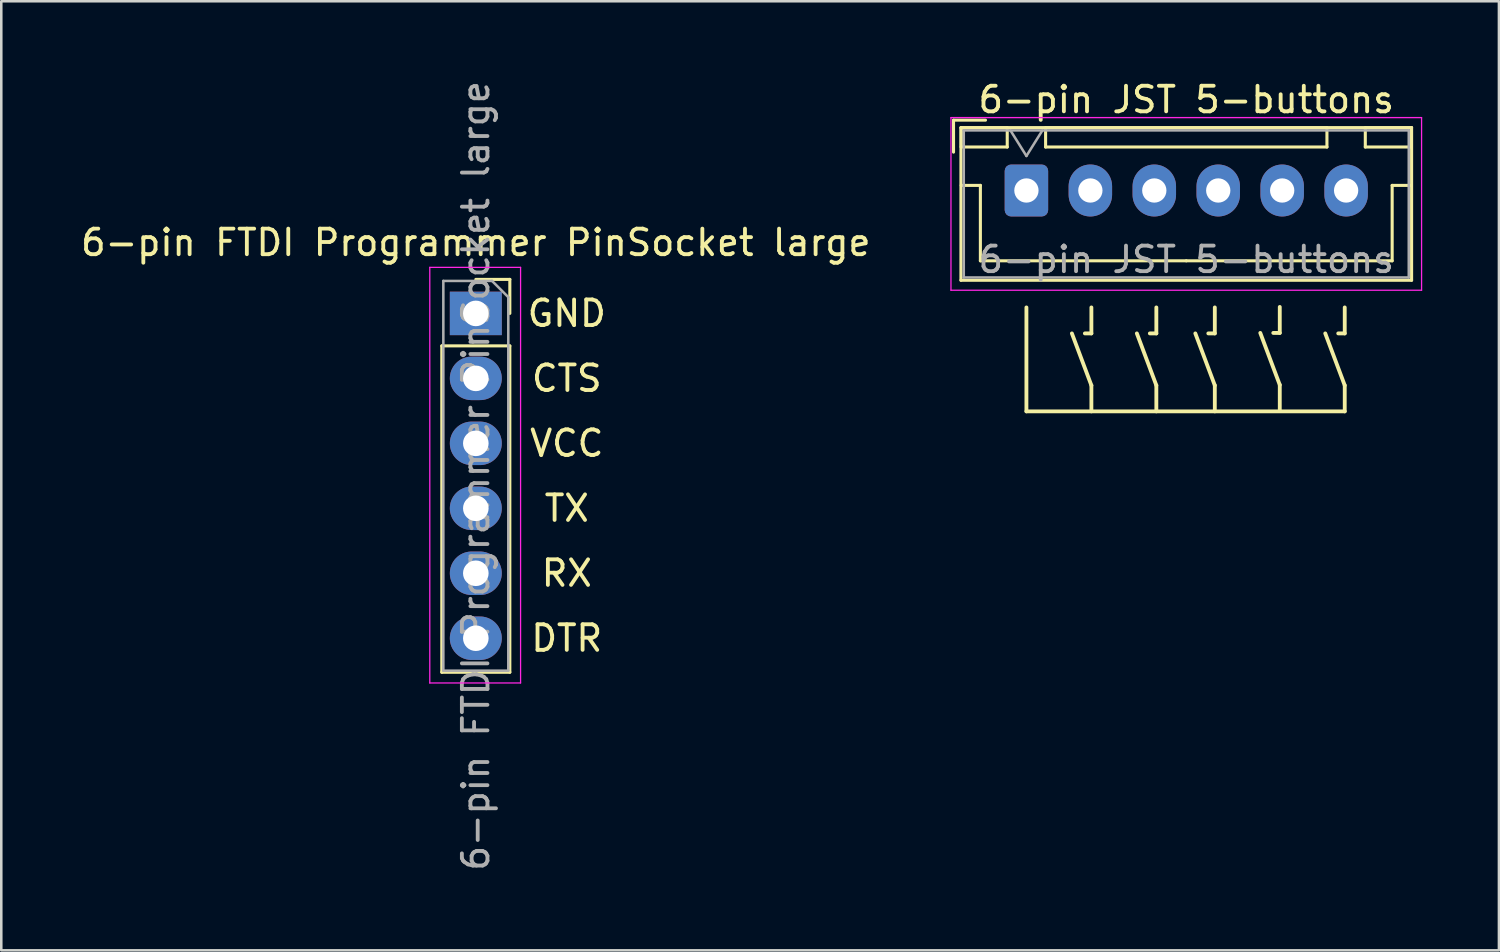
<source format=kicad_pcb>
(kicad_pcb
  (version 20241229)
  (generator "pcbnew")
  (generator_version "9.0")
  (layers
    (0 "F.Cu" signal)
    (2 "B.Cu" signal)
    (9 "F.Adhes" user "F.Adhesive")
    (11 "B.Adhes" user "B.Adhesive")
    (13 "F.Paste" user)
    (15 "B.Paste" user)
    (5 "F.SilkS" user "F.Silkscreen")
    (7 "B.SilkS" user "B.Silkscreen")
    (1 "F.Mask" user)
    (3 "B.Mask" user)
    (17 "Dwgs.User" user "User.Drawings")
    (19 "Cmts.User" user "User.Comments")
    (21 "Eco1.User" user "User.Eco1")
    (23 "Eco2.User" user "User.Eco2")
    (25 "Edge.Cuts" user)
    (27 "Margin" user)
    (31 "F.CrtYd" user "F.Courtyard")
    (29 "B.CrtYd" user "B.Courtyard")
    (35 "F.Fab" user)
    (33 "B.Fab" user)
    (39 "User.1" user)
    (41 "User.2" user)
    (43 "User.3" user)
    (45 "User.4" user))
  (footprint "6-pin JST 5-buttons"
    (layer "F.Cu")
    (at 37.082 4.398)
    (property "Reference" "6-pin JST 5-buttons" (at 6.25 -3.55 0) (layer "F.SilkS") (effects (font (size 1 1) (thickness 0.15))))
    (attr through_hole)
    (fp_line (start -2.85 -2.75) (end -2.85 -1.5) (stroke (width 0.12) (type solid)) (layer "F.SilkS"))
    (fp_line (start -2.56 -2.46) (end -2.56 3.51) (stroke (width 0.12) (type solid)) (layer "F.SilkS"))
    (fp_line (start -2.56 3.51) (end 15.06 3.51) (stroke (width 0.12) (type solid)) (layer "F.SilkS"))
    (fp_line (start -2.55 -2.45) (end -2.55 -1.7) (stroke (width 0.12) (type solid)) (layer "F.SilkS"))
    (fp_line (start -2.55 -1.7) (end -0.75 -1.7) (stroke (width 0.12) (type solid)) (layer "F.SilkS"))
    (fp_line (start -2.55 -0.2) (end -1.8 -0.2) (stroke (width 0.12) (type solid)) (layer "F.SilkS"))
    (fp_line (start -1.8 -0.2) (end -1.8 2.75) (stroke (width 0.12) (type solid)) (layer "F.SilkS"))
    (fp_line (start -1.8 2.75) (end 6.25 2.75) (stroke (width 0.12) (type solid)) (layer "F.SilkS"))
    (fp_line (start -1.6 -2.75) (end -2.85 -2.75) (stroke (width 0.12) (type solid)) (layer "F.SilkS"))
    (fp_line (start -0.75 -2.45) (end -2.55 -2.45) (stroke (width 0.12) (type solid)) (layer "F.SilkS"))
    (fp_line (start -0.75 -1.7) (end -0.75 -2.45) (stroke (width 0.12) (type solid)) (layer "F.SilkS"))
    (fp_line (start 0 4.572) (end 0 8.636) (stroke (width 0.15) (type solid)) (layer "F.SilkS"))
    (fp_line (start 0 8.636) (end 12.446 8.636) (stroke (width 0.15) (type solid)) (layer "F.SilkS"))
    (fp_line (start 0.75 -2.45) (end 0.75 -1.7) (stroke (width 0.12) (type solid)) (layer "F.SilkS"))
    (fp_line (start 0.75 -1.7) (end 11.75 -1.7) (stroke (width 0.12) (type solid)) (layer "F.SilkS"))
    (fp_line (start 2.286 5.588) (end 2.54 5.588) (stroke (width 0.15) (type solid)) (layer "F.SilkS"))
    (fp_line (start 2.54 5.588) (end 2.54 4.572) (stroke (width 0.15) (type solid)) (layer "F.SilkS"))
    (fp_line (start 2.54 7.62) (end 1.778 5.588) (stroke (width 0.15) (type solid)) (layer "F.SilkS"))
    (fp_line (start 2.54 8.636) (end 2.54 7.62) (stroke (width 0.15) (type solid)) (layer "F.SilkS"))
    (fp_line (start 4.826 5.588) (end 5.08 5.588) (stroke (width 0.15) (type solid)) (layer "F.SilkS"))
    (fp_line (start 5.08 5.588) (end 5.08 4.572) (stroke (width 0.15) (type solid)) (layer "F.SilkS"))
    (fp_line (start 5.08 7.62) (end 4.318 5.588) (stroke (width 0.15) (type solid)) (layer "F.SilkS"))
    (fp_line (start 5.08 8.636) (end 5.08 7.62) (stroke (width 0.15) (type solid)) (layer "F.SilkS"))
    (fp_line (start 7.112 5.588) (end 7.366 5.588) (stroke (width 0.15) (type solid)) (layer "F.SilkS"))
    (fp_line (start 7.366 5.588) (end 7.366 4.572) (stroke (width 0.15) (type solid)) (layer "F.SilkS"))
    (fp_line (start 7.366 7.62) (end 6.604 5.588) (stroke (width 0.15) (type solid)) (layer "F.SilkS"))
    (fp_line (start 7.366 8.636) (end 7.366 7.62) (stroke (width 0.15) (type solid)) (layer "F.SilkS"))
    (fp_line (start 9.652 5.569) (end 9.906 5.569) (stroke (width 0.15) (type solid)) (layer "F.SilkS"))
    (fp_line (start 9.906 5.569) (end 9.906 4.553) (stroke (width 0.15) (type solid)) (layer "F.SilkS"))
    (fp_line (start 9.906 7.601) (end 9.144 5.569) (stroke (width 0.15) (type solid)) (layer "F.SilkS"))
    (fp_line (start 9.906 8.617) (end 9.906 7.601) (stroke (width 0.15) (type solid)) (layer "F.SilkS"))
    (fp_line (start 11.75 -2.45) (end 0.75 -2.45) (stroke (width 0.12) (type solid)) (layer "F.SilkS"))
    (fp_line (start 11.75 -1.7) (end 11.75 -2.45) (stroke (width 0.12) (type solid)) (layer "F.SilkS"))
    (fp_line (start 12.192 5.588) (end 12.446 5.588) (stroke (width 0.15) (type solid)) (layer "F.SilkS"))
    (fp_line (start 12.446 5.588) (end 12.446 4.572) (stroke (width 0.15) (type solid)) (layer "F.SilkS"))
    (fp_line (start 12.446 7.62) (end 11.684 5.588) (stroke (width 0.15) (type solid)) (layer "F.SilkS"))
    (fp_line (start 12.446 8.636) (end 12.446 7.62) (stroke (width 0.15) (type solid)) (layer "F.SilkS"))
    (fp_line (start 13.25 -2.45) (end 13.25 -1.7) (stroke (width 0.12) (type solid)) (layer "F.SilkS"))
    (fp_line (start 13.25 -1.7) (end 15.05 -1.7) (stroke (width 0.12) (type solid)) (layer "F.SilkS"))
    (fp_line (start 14.3 -0.2) (end 14.3 2.75) (stroke (width 0.12) (type solid)) (layer "F.SilkS"))
    (fp_line (start 14.3 2.75) (end 6.25 2.75) (stroke (width 0.12) (type solid)) (layer "F.SilkS"))
    (fp_line (start 15.05 -2.45) (end 13.25 -2.45) (stroke (width 0.12) (type solid)) (layer "F.SilkS"))
    (fp_line (start 15.05 -1.7) (end 15.05 -2.45) (stroke (width 0.12) (type solid)) (layer "F.SilkS"))
    (fp_line (start 15.05 -0.2) (end 14.3 -0.2) (stroke (width 0.12) (type solid)) (layer "F.SilkS"))
    (fp_line (start 15.06 -2.46) (end -2.56 -2.46) (stroke (width 0.12) (type solid)) (layer "F.SilkS"))
    (fp_line (start 15.06 3.51) (end 15.06 -2.46) (stroke (width 0.12) (type solid)) (layer "F.SilkS"))
    (fp_line (start -2.95 -2.85) (end -2.95 3.9) (stroke (width 0.05) (type solid)) (layer "F.CrtYd"))
    (fp_line (start -2.95 3.9) (end 15.45 3.9) (stroke (width 0.05) (type solid)) (layer "F.CrtYd"))
    (fp_line (start 15.45 -2.85) (end -2.95 -2.85) (stroke (width 0.05) (type solid)) (layer "F.CrtYd"))
    (fp_line (start 15.45 3.9) (end 15.45 -2.85) (stroke (width 0.05) (type solid)) (layer "F.CrtYd"))
    (fp_line (start -2.45 -2.35) (end -2.45 3.4) (stroke (width 0.1) (type solid)) (layer "F.Fab"))
    (fp_line (start -2.45 3.4) (end 14.95 3.4) (stroke (width 0.1) (type solid)) (layer "F.Fab"))
    (fp_line (start -0.625 -2.35) (end 0 -1.35) (stroke (width 0.1) (type solid)) (layer "F.Fab"))
    (fp_line (start 0 -1.35) (end 0.625 -2.35) (stroke (width 0.1) (type solid)) (layer "F.Fab"))
    (fp_line (start 14.95 -2.35) (end -2.45 -2.35) (stroke (width 0.1) (type solid)) (layer "F.Fab"))
    (fp_line (start 14.95 3.4) (end 14.95 -2.35) (stroke (width 0.1) (type solid)) (layer "F.Fab"))
    (fp_text user "${REFERENCE}" (at 6.25 2.7 0) (layer "F.Fab") (effects (font (size 1 1) (thickness 0.15))))
    (pad "1" thru_hole roundrect (at 0 0) (size 1.7 2.032) (drill 0.95) (layers "*.Cu" "*.Mask") (roundrect_rratio 0.147))
    (pad "2" thru_hole oval (at 2.5 0) (size 1.7 2.032) (drill 0.95) (layers "*.Cu" "*.Mask"))
    (pad "3" thru_hole oval (at 5 0) (size 1.7 2.032) (drill 0.95) (layers "*.Cu" "*.Mask"))
    (pad "4" thru_hole oval (at 7.5 0) (size 1.7 2.032) (drill 0.95) (layers "*.Cu" "*.Mask"))
    (pad "5" thru_hole oval (at 10 0) (size 1.7 2.032) (drill 0.95) (layers "*.Cu" "*.Mask"))
    (pad "6" thru_hole oval (at 12.5 0) (size 1.7 2.032) (drill 0.95) (layers "*.Cu" "*.Mask")))
  (footprint "6-pin FTDI Programmer PinSocket large"
    (layer "F.Cu")
    (at 15.554 9.204)
    (property "Reference" "6-pin FTDI Programmer PinSocket large" (at 0 -2.77 0) (layer "F.SilkS") (effects (font (size 1 1) (thickness 0.15))))
    (attr through_hole)
    (fp_line (start -1.33 1.27) (end -1.33 14.03) (stroke (width 0.12) (type solid)) (layer "F.SilkS"))
    (fp_line (start -1.33 1.27) (end 1.33 1.27) (stroke (width 0.12) (type solid)) (layer "F.SilkS"))
    (fp_line (start -1.33 14.03) (end 1.33 14.03) (stroke (width 0.12) (type solid)) (layer "F.SilkS"))
    (fp_line (start 0 -1.33) (end 1.33 -1.33) (stroke (width 0.12) (type solid)) (layer "F.SilkS"))
    (fp_line (start 1.33 -1.33) (end 1.33 0) (stroke (width 0.12) (type solid)) (layer "F.SilkS"))
    (fp_line (start 1.33 1.27) (end 1.33 14.03) (stroke (width 0.12) (type solid)) (layer "F.SilkS"))
    (fp_line (start -1.8 -1.8) (end 1.75 -1.8) (stroke (width 0.05) (type solid)) (layer "F.CrtYd"))
    (fp_line (start -1.8 14.45) (end -1.8 -1.8) (stroke (width 0.05) (type solid)) (layer "F.CrtYd"))
    (fp_line (start 1.75 -1.8) (end 1.75 14.45) (stroke (width 0.05) (type solid)) (layer "F.CrtYd"))
    (fp_line (start 1.75 14.45) (end -1.8 14.45) (stroke (width 0.05) (type solid)) (layer "F.CrtYd"))
    (fp_line (start -1.27 -1.27) (end 0.635 -1.27) (stroke (width 0.1) (type solid)) (layer "F.Fab"))
    (fp_line (start -1.27 13.97) (end -1.27 -1.27) (stroke (width 0.1) (type solid)) (layer "F.Fab"))
    (fp_line (start 0.635 -1.27) (end 1.27 -0.635) (stroke (width 0.1) (type solid)) (layer "F.Fab"))
    (fp_line (start 1.27 -0.635) (end 1.27 13.97) (stroke (width 0.1) (type solid)) (layer "F.Fab"))
    (fp_line (start 1.27 13.97) (end -1.27 13.97) (stroke (width 0.1) (type solid)) (layer "F.Fab"))
    (fp_text user "DTR" (at 3.556 12.7 0) (unlocked yes) (layer "F.SilkS") (effects (font (size 1 1) (thickness 0.15))))
    (fp_text user "GND" (at 3.556 0 0) (unlocked yes) (layer "F.SilkS") (effects (font (size 1 1) (thickness 0.15))))
    (fp_text user "VCC" (at 3.556 5.08 0) (unlocked yes) (layer "F.SilkS") (effects (font (size 1 1) (thickness 0.15))))
    (fp_text user "RX" (at 3.556 10.16 0) (unlocked yes) (layer "F.SilkS") (effects (font (size 1 1) (thickness 0.15))))
    (fp_text user "TX" (at 3.556 7.62 0) (unlocked yes) (layer "F.SilkS") (effects (font (size 1 1) (thickness 0.15))))
    (fp_text user "CTS" (at 3.556 2.54 0) (unlocked yes) (layer "F.SilkS") (effects (font (size 1 1) (thickness 0.15))))
    (fp_text user "${REFERENCE}" (at 0 6.35 90) (layer "F.Fab") (effects (font (size 1 1) (thickness 0.15))))
    (pad "1" thru_hole rect (at 0 0) (size 2.032 1.7) (drill 1) (layers "*.Cu" "*.Mask"))
    (pad "2" thru_hole oval (at 0 2.54) (size 2.032 1.7) (drill 1) (layers "*.Cu" "*.Mask"))
    (pad "3" thru_hole oval (at 0 5.08) (size 2.032 1.7) (drill 1) (layers "*.Cu" "*.Mask"))
    (pad "4" thru_hole oval (at 0 7.62) (size 2.032 1.7) (drill 1) (layers "*.Cu" "*.Mask"))
    (pad "5" thru_hole oval (at 0 10.16) (size 2.032 1.7) (drill 1) (layers "*.Cu" "*.Mask"))
    (pad "6" thru_hole oval (at 0 12.7) (size 2.032 1.7) (drill 1) (layers "*.Cu" "*.Mask")))
  (gr_rect
    (start -3 -3)
    (end 55.557 34.107)
    (stroke (width 0.1) (type default))
    (fill no)
    (layer "Edge.Cuts")))
</source>
